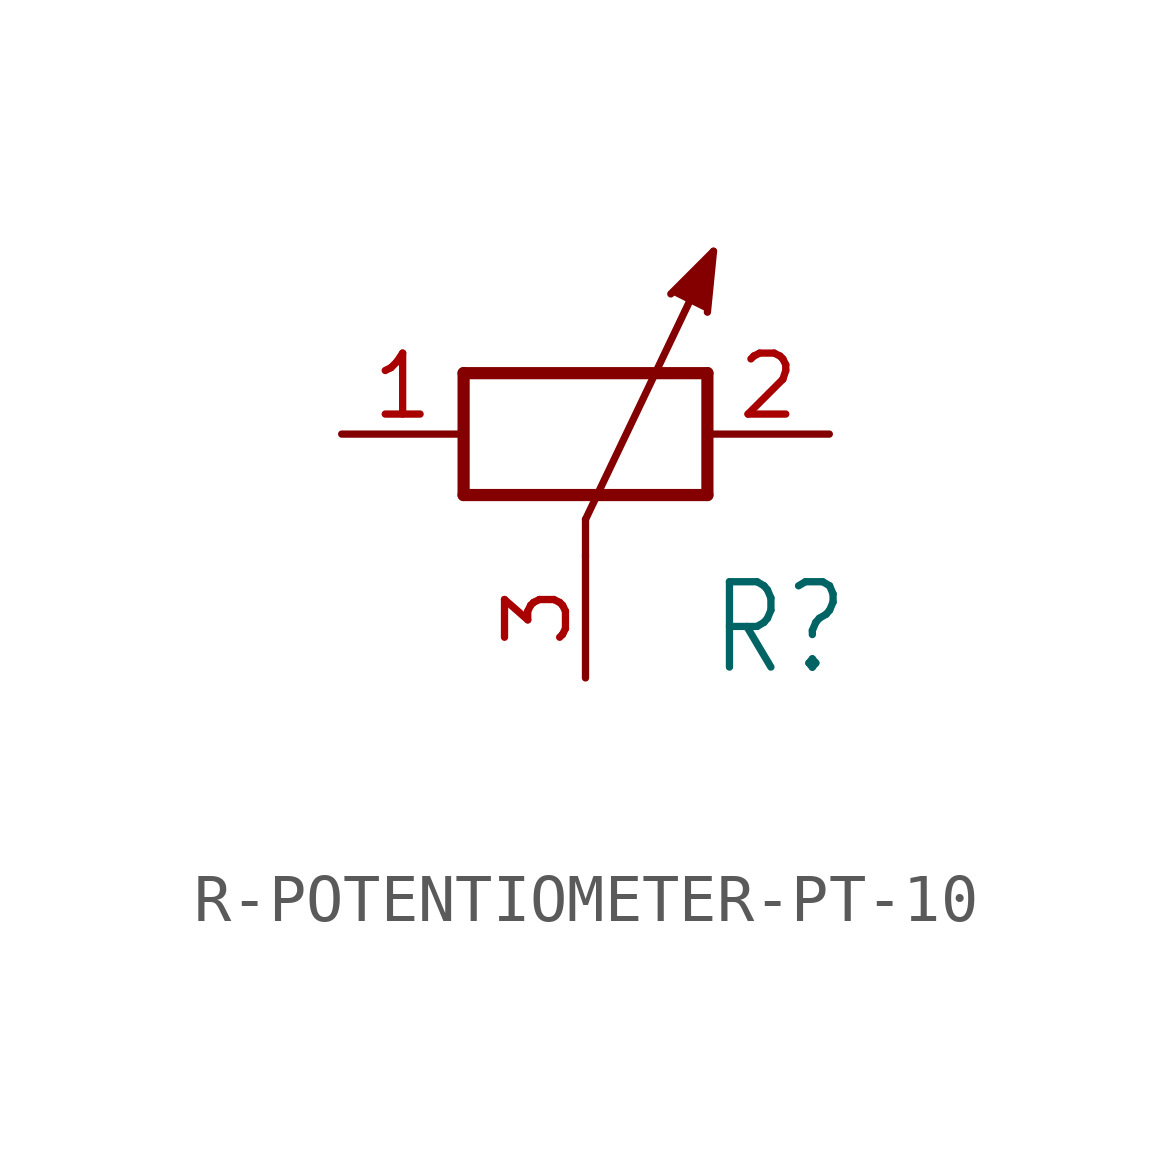
<source format=kicad_sym>
(kicad_symbol_lib
  (version 20220914)
  (generator kicad_symbol_editor)
  (symbol "R-POTENTIOMETER-PT-10"
    (property "Reference" "R"
      (at 2.54 -5.08 0)
      (effects (font (size 1.778 1.511)) (justify left bottom)))
    (property "Value" ""
      (at 2.54 -7.62 0)
      (effects (font (size 1.778 1.511)) (justify left bottom)))
    (property "ki_locked" ""
      (at 0 0 0)
      (effects (font (size 1.27 1.27))))
    (symbol "R-POTENTIOMETER-PT-10_1_0"
      (polyline (pts (xy -2.54 -1.27) (xy 2.54 -1.27)) (stroke (width 0.254) (type solid)) (fill (type none)))
      (polyline (pts (xy -2.54 1.27) (xy -2.54 -1.27)) (stroke (width 0.254) (type solid)) (fill (type none)))
      (polyline (pts (xy 0 -1.778) (xy 0 -2.54)) (stroke (width 0.152) (type solid)) (fill (type none)))
      (polyline (pts (xy 0 -1.778) (xy 2.667 3.81)) (stroke (width 0.152) (type solid)) (fill (type none)))
      (polyline (pts (xy 2.54 -1.27) (xy 2.54 1.27)) (stroke (width 0.254) (type solid)) (fill (type none)))
      (polyline (pts (xy 2.54 1.27) (xy -2.54 1.27)) (stroke (width 0.254) (type solid)) (fill (type none)))
      (polyline (pts (xy 2.54 2.54) (xy 2.667 3.81) (xy 1.778 2.921)) (stroke (width 0.152) (type solid)) (fill (type outline)))
      (pin passive line (at -5.08 0 0) (length 2.54) (name "1" (effects (font (size 0 0)))) (number "1" (effects (font (size 1.27 1.27)))))
      (pin passive line (at 5.08 0 180) (length 2.54) (name "2" (effects (font (size 0 0)))) (number "2" (effects (font (size 1.27 1.27)))))
      (pin passive line (at 0 -5.08 90) (length 2.54) (name "3" (effects (font (size 0 0)))) (number "3" (effects (font (size 1.27 1.27))))))))
</source>
